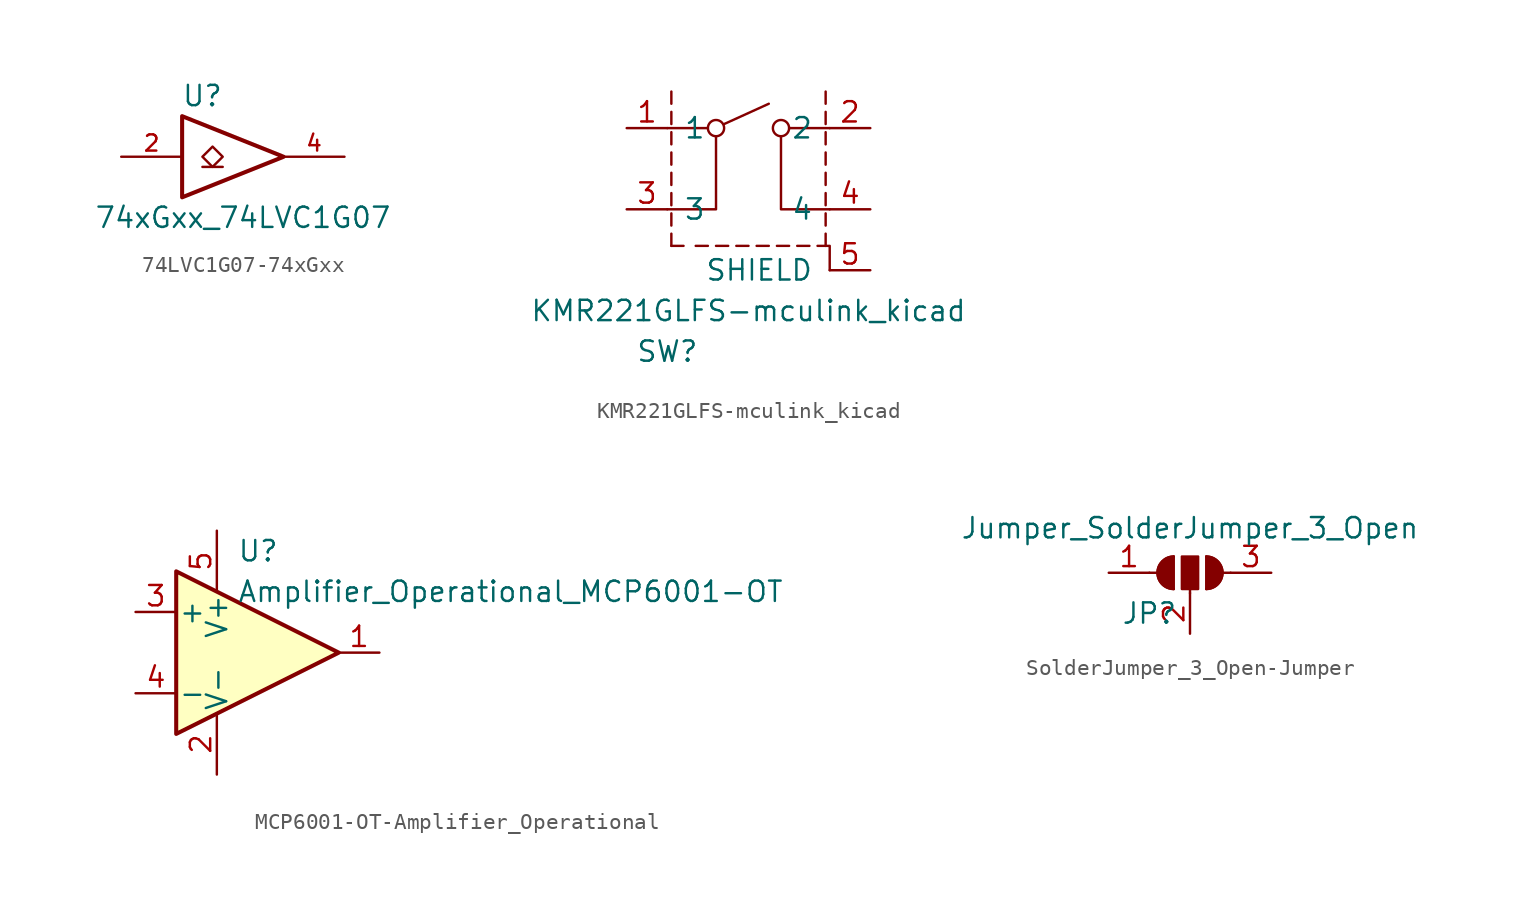
<source format=kicad_sym>
(kicad_symbol_lib
  (version 20220914)
  (generator kicad_symbol_editor)
  (symbol "74LVC1G07-74xGxx"
    (pin_names
      (offset 1.016))
    (property "Reference" "U"
      (at -2.54 3.81 0)
      (effects (font (size 1.27 1.27))))
    (property "Value" "74xGxx_74LVC1G07"
      (at 0 -3.81 0)
      (effects (font (size 1.27 1.27))))
    (symbol "74LVC1G07-74xGxx_0_1"
      (polyline (pts (xy -2.54 -0.635) (xy -1.27 -0.635)) (stroke (width 0) (type solid)) (fill (type none)))
      (polyline (pts (xy -3.81 2.54) (xy -3.81 -2.54) (xy 2.54 0) (xy -3.81 2.54)) (stroke (width 0.254) (type solid)) (fill (type none)))
      (polyline (pts (xy -1.905 0.635) (xy -2.54 0) (xy -1.905 -0.635) (xy -1.27 0) (xy -1.905 0.635)) (stroke (width 0) (type solid)) (fill (type none))))
    (symbol "74LVC1G07-74xGxx_1_1"
      (pin input line (at -7.62 0 0) (length 3.81) (name "~" (effects (font (size 1.016 1.016)))) (number "2" (effects (font (size 1.016 1.016)))))
      (pin power_in line (at 0 -2.54 270) (length 0) hide (name "GND" (effects (font (size 1.016 1.016)))) (number "3" (effects (font (size 1.016 1.016)))))
      (pin open_collector line (at 6.35 0 180) (length 3.81) (name "~" (effects (font (size 1.016 1.016)))) (number "4" (effects (font (size 1.016 1.016)))))
      (pin power_in line (at 0 2.54 90) (length 0) hide (name "VCC" (effects (font (size 1.016 1.016)))) (number "5" (effects (font (size 1.016 1.016)))))))
  (symbol "KMR221GLFS-mculink_kicad"
    (pin_names
      (offset 1.016))
    (property "Reference" "SW"
      (at -5.08 -8.89 0)
      (effects (font (size 1.27 1.27))))
    (property "Value" "KMR221GLFS-mculink_kicad"
      (at 0 -6.35 0)
      (effects (font (size 1.27 1.27))))
    (symbol "KMR221GLFS-mculink_kicad_0_1"
      (polyline (pts (xy -5.08 5.08) (xy -2.54 5.08)) (stroke (width 0) (type solid)) (fill (type none)))
      (polyline (pts (xy -4.826 -2.286) (xy -4.064 -2.286)) (stroke (width 0) (type solid)) (fill (type none)))
      (polyline (pts (xy -4.826 -1.524) (xy -4.826 -2.286)) (stroke (width 0) (type solid)) (fill (type none)))
      (polyline (pts (xy -4.826 -0.254) (xy -4.826 -1.016)) (stroke (width 0) (type solid)) (fill (type none)))
      (polyline (pts (xy -4.826 1.016) (xy -4.826 0.254)) (stroke (width 0) (type solid)) (fill (type none)))
      (polyline (pts (xy -4.826 2.286) (xy -4.826 1.524)) (stroke (width 0) (type solid)) (fill (type none)))
      (polyline (pts (xy -4.826 3.556) (xy -4.826 2.794)) (stroke (width 0) (type solid)) (fill (type none)))
      (polyline (pts (xy -4.826 4.826) (xy -4.826 4.064)) (stroke (width 0) (type solid)) (fill (type none)))
      (polyline (pts (xy -4.826 6.096) (xy -4.826 5.334)) (stroke (width 0) (type solid)) (fill (type none)))
      (polyline (pts (xy -4.826 7.366) (xy -4.826 6.604)) (stroke (width 0) (type solid)) (fill (type none)))
      (polyline (pts (xy -3.302 -2.286) (xy -2.54 -2.286)) (stroke (width 0) (type solid)) (fill (type none)))
      (polyline (pts (xy -2.032 -2.286) (xy -1.27 -2.286)) (stroke (width 0) (type solid)) (fill (type none)))
      (polyline (pts (xy -0.762 -2.286) (xy 0 -2.286)) (stroke (width 0) (type solid)) (fill (type none)))
      (polyline (pts (xy 0.508 -2.286) (xy 1.27 -2.286)) (stroke (width 0) (type solid)) (fill (type none)))
      (polyline (pts (xy 4.318 -2.286) (xy 4.826 -2.286)) (stroke (width 0) (type solid)) (fill (type none)))
      (polyline (pts (xy 4.826 -1.524) (xy 4.826 -2.286)) (stroke (width 0) (type solid)) (fill (type none)))
      (polyline (pts (xy 4.826 -0.254) (xy 4.826 -1.016)) (stroke (width 0) (type solid)) (fill (type none)))
      (polyline (pts (xy 4.826 0.254) (xy 4.826 1.016)) (stroke (width 0) (type solid)) (fill (type none)))
      (polyline (pts (xy 4.826 1.524) (xy 4.826 2.286)) (stroke (width 0) (type solid)) (fill (type none)))
      (polyline (pts (xy 4.826 2.794) (xy 4.826 3.556)) (stroke (width 0) (type solid)) (fill (type none)))
      (polyline (pts (xy 4.826 4.064) (xy 4.826 4.826)) (stroke (width 0) (type solid)) (fill (type none)))
      (polyline (pts (xy 4.826 5.334) (xy 4.826 6.096)) (stroke (width 0) (type solid)) (fill (type none)))
      (polyline (pts (xy 4.826 6.604) (xy 4.826 7.366)) (stroke (width 0) (type solid)) (fill (type none)))
      (polyline (pts (xy 5.08 5.08) (xy 2.54 5.08)) (stroke (width 0) (type solid)) (fill (type none)))
      (polyline (pts (xy -2.032 4.572) (xy -2.032 0) (xy -5.08 0)) (stroke (width 0) (type solid)) (fill (type none)))
      (polyline (pts (xy 5.08 -3.81) (xy 5.08 -2.286) (xy 4.826 -2.286)) (stroke (width 0) (type solid)) (fill (type none)))
      (polyline (pts (xy 5.08 0) (xy 2.032 0) (xy 2.032 4.572)) (stroke (width 0) (type solid)) (fill (type none))))
    (symbol "KMR221GLFS-mculink_kicad_1_1"
      (circle (center -2.032 5.08) (radius 0.508) (stroke (width 0) (type solid)) (fill (type none)))
      (polyline (pts (xy -1.524 5.334) (xy 1.27 6.604)) (stroke (width 0) (type solid)) (fill (type none)))
      (polyline (pts (xy 1.778 -2.286) (xy 2.54 -2.286)) (stroke (width 0) (type solid)) (fill (type none)))
      (polyline (pts (xy 3.048 -2.286) (xy 3.81 -2.286)) (stroke (width 0) (type solid)) (fill (type none)))
      (circle (center 2.032 5.08) (radius 0.508) (stroke (width 0) (type solid)) (fill (type none)))
      (pin passive line (at -7.62 5.08 0) (length 2.54) (name "1" (effects (font (size 1.27 1.27)))) (number "1" (effects (font (size 1.27 1.27)))))
      (pin passive line (at 7.62 5.08 180) (length 2.54) (name "2" (effects (font (size 1.27 1.27)))) (number "2" (effects (font (size 1.27 1.27)))))
      (pin passive line (at -7.62 0 0) (length 2.54) (name "3" (effects (font (size 1.27 1.27)))) (number "3" (effects (font (size 1.27 1.27)))))
      (pin passive line (at 7.62 0 180) (length 2.54) (name "4" (effects (font (size 1.27 1.27)))) (number "4" (effects (font (size 1.27 1.27)))))
      (pin passive line (at 7.62 -3.81 180) (length 2.54) (name "SHIELD" (effects (font (size 1.27 1.27)))) (number "5" (effects (font (size 1.27 1.27)))))))
  (symbol "MCP6001-OT-Amplifier_Operational"
    (pin_names
      (offset 0.127))
    (property "Reference" "U"
      (at -1.27 6.35 0)
      (effects (font (size 1.27 1.27)) (justify left)))
    (property "Value" "Amplifier_Operational_MCP6001-OT"
      (at -1.27 3.81 0)
      (effects (font (size 1.27 1.27)) (justify left)))
    (symbol "MCP6001-OT-Amplifier_Operational_0_1"
      (polyline (pts (xy -5.08 5.08) (xy 5.08 0) (xy -5.08 -5.08) (xy -5.08 5.08)) (stroke (width 0.254) (type solid)) (fill (type background)))
      (pin power_in line (at -2.54 -7.62 90) (length 3.81) (name "V-" (effects (font (size 1.27 1.27)))) (number "2" (effects (font (size 1.27 1.27)))))
      (pin power_in line (at -2.54 7.62 270) (length 3.81) (name "V+" (effects (font (size 1.27 1.27)))) (number "5" (effects (font (size 1.27 1.27))))))
    (symbol "MCP6001-OT-Amplifier_Operational_1_1"
      (pin output line (at 7.62 0 180) (length 2.54) (name "~" (effects (font (size 1.27 1.27)))) (number "1" (effects (font (size 1.27 1.27)))))
      (pin input line (at -7.62 2.54 0) (length 2.54) (name "+" (effects (font (size 1.27 1.27)))) (number "3" (effects (font (size 1.27 1.27)))))
      (pin input line (at -7.62 -2.54 0) (length 2.54) (name "-" (effects (font (size 1.27 1.27)))) (number "4" (effects (font (size 1.27 1.27)))))))
  (symbol "SolderJumper_3_Open-Jumper"
    (pin_names
      (offset 0) hide)
    (property "Reference" "JP"
      (at -2.54 -2.54 0)
      (effects (font (size 1.27 1.27))))
    (property "Value" "Jumper_SolderJumper_3_Open"
      (at 0 2.794 0)
      (effects (font (size 1.27 1.27))))
    (symbol "SolderJumper_3_Open-Jumper_0_1"
      (arc (start -1.016 1.016) (mid -2.0276 0) (end -1.016 -1.016) (stroke (width 0) (type solid)) (fill (type none)))
      (arc (start -1.016 1.016) (mid -2.0276 0) (end -1.016 -1.016) (stroke (width 0) (type solid)) (fill (type outline)))
      (rectangle (start -0.508 1.016) (end 0.508 -1.016) (stroke (width 0) (type solid)) (fill (type outline)))
      (polyline (pts (xy -2.54 0) (xy -2.032 0)) (stroke (width 0) (type solid)) (fill (type none)))
      (polyline (pts (xy -1.016 1.016) (xy -1.016 -1.016)) (stroke (width 0) (type solid)) (fill (type none)))
      (polyline (pts (xy 0 -1.27) (xy 0 -1.016)) (stroke (width 0) (type solid)) (fill (type none)))
      (polyline (pts (xy 1.016 1.016) (xy 1.016 -1.016)) (stroke (width 0) (type solid)) (fill (type none)))
      (polyline (pts (xy 2.54 0) (xy 2.032 0)) (stroke (width 0) (type solid)) (fill (type none)))
      (arc (start 1.016 -1.016) (mid 2.0276 0) (end 1.016 1.016) (stroke (width 0) (type solid)) (fill (type none)))
      (arc (start 1.016 -1.016) (mid 2.0276 0) (end 1.016 1.016) (stroke (width 0) (type solid)) (fill (type outline))))
    (symbol "SolderJumper_3_Open-Jumper_1_1"
      (pin passive line (at -5.08 0 0) (length 2.54) (name "A" (effects (font (size 1.27 1.27)))) (number "1" (effects (font (size 1.27 1.27)))))
      (pin input line (at 0 -3.81 90) (length 2.54) (name "C" (effects (font (size 1.27 1.27)))) (number "2" (effects (font (size 1.27 1.27)))))
      (pin passive line (at 5.08 0 180) (length 2.54) (name "B" (effects (font (size 1.27 1.27)))) (number "3" (effects (font (size 1.27 1.27))))))))
</source>
